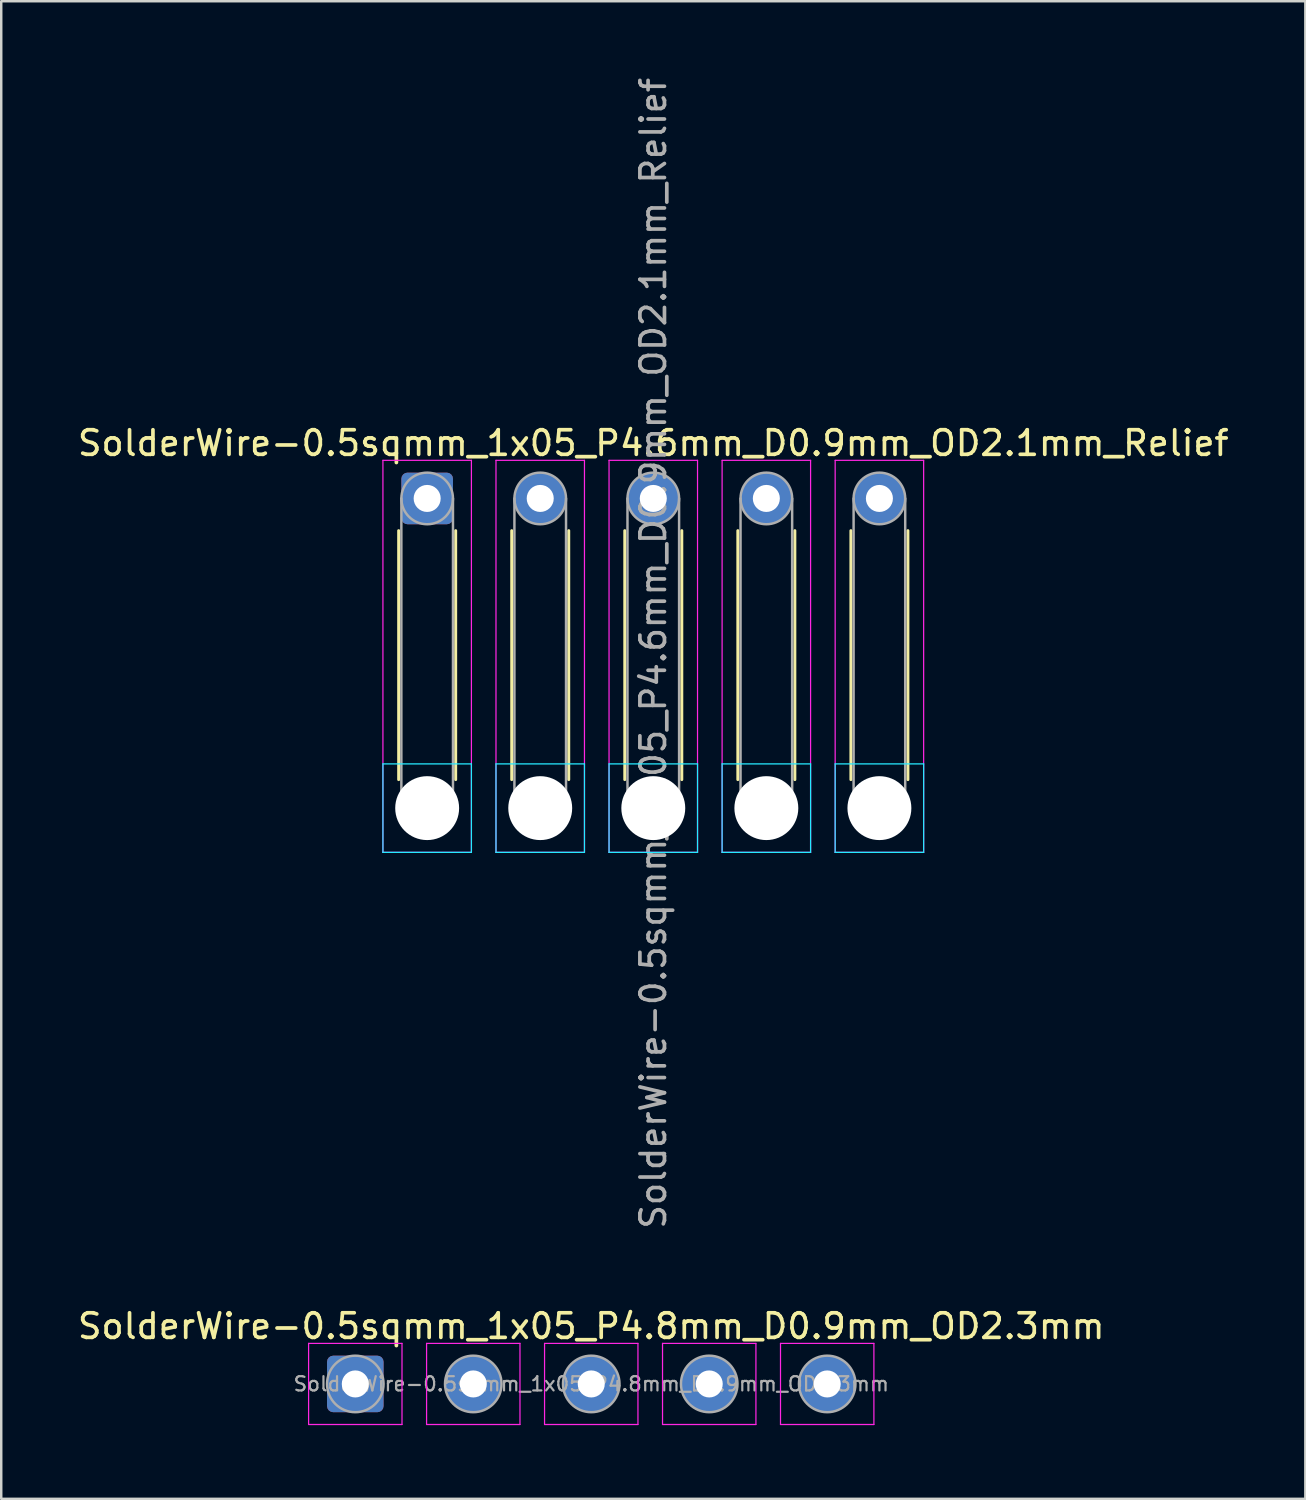
<source format=kicad_pcb>
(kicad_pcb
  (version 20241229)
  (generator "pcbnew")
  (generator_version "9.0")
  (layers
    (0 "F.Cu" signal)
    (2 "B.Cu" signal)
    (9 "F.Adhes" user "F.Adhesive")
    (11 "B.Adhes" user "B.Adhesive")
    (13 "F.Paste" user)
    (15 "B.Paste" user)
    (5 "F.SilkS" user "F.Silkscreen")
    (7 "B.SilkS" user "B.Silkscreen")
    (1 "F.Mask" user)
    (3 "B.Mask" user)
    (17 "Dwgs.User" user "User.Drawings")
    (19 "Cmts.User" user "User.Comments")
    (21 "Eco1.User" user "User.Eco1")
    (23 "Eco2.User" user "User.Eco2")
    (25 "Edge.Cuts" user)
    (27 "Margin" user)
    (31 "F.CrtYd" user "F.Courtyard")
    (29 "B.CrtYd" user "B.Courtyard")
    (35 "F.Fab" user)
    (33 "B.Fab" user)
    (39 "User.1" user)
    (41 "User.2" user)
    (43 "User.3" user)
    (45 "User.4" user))
  (footprint "SolderWire-0.5sqmm_1x05_P4.8mm_D0.9mm_OD2.3mm"
    (layer "F.Cu")
    (at 11.406 53.258)
    (property "Reference" "SolderWire-0.5sqmm_1x05_P4.8mm_D0.9mm_OD2.3mm" (at 9.6 -2.35 0) (layer "F.SilkS") (effects (font (size 1 1) (thickness 0.15))))
    (attr exclude_from_pos_files exclude_from_bom)
    (fp_line (start -1.9 -1.65) (end -1.9 1.65) (stroke (width 0.05) (type solid)) (layer "F.CrtYd"))
    (fp_line (start -1.9 1.65) (end 1.9 1.65) (stroke (width 0.05) (type solid)) (layer "F.CrtYd"))
    (fp_line (start 1.9 -1.65) (end -1.9 -1.65) (stroke (width 0.05) (type solid)) (layer "F.CrtYd"))
    (fp_line (start 1.9 1.65) (end 1.9 -1.65) (stroke (width 0.05) (type solid)) (layer "F.CrtYd"))
    (fp_line (start 2.9 -1.65) (end 2.9 1.65) (stroke (width 0.05) (type solid)) (layer "F.CrtYd"))
    (fp_line (start 2.9 1.65) (end 6.7 1.65) (stroke (width 0.05) (type solid)) (layer "F.CrtYd"))
    (fp_line (start 6.7 -1.65) (end 2.9 -1.65) (stroke (width 0.05) (type solid)) (layer "F.CrtYd"))
    (fp_line (start 6.7 1.65) (end 6.7 -1.65) (stroke (width 0.05) (type solid)) (layer "F.CrtYd"))
    (fp_line (start 7.7 -1.65) (end 7.7 1.65) (stroke (width 0.05) (type solid)) (layer "F.CrtYd"))
    (fp_line (start 7.7 1.65) (end 11.5 1.65) (stroke (width 0.05) (type solid)) (layer "F.CrtYd"))
    (fp_line (start 11.5 -1.65) (end 7.7 -1.65) (stroke (width 0.05) (type solid)) (layer "F.CrtYd"))
    (fp_line (start 11.5 1.65) (end 11.5 -1.65) (stroke (width 0.05) (type solid)) (layer "F.CrtYd"))
    (fp_line (start 12.5 -1.65) (end 12.5 1.65) (stroke (width 0.05) (type solid)) (layer "F.CrtYd"))
    (fp_line (start 12.5 1.65) (end 16.3 1.65) (stroke (width 0.05) (type solid)) (layer "F.CrtYd"))
    (fp_line (start 16.3 -1.65) (end 12.5 -1.65) (stroke (width 0.05) (type solid)) (layer "F.CrtYd"))
    (fp_line (start 16.3 1.65) (end 16.3 -1.65) (stroke (width 0.05) (type solid)) (layer "F.CrtYd"))
    (fp_line (start 17.3 -1.65) (end 17.3 1.65) (stroke (width 0.05) (type solid)) (layer "F.CrtYd"))
    (fp_line (start 17.3 1.65) (end 21.1 1.65) (stroke (width 0.05) (type solid)) (layer "F.CrtYd"))
    (fp_line (start 21.1 -1.65) (end 17.3 -1.65) (stroke (width 0.05) (type solid)) (layer "F.CrtYd"))
    (fp_line (start 21.1 1.65) (end 21.1 -1.65) (stroke (width 0.05) (type solid)) (layer "F.CrtYd"))
    (fp_circle (center 0 0) (end 1.15 0) (stroke (width 0.1) (type solid)) (fill no) (layer "F.Fab"))
    (fp_circle (center 4.8 0) (end 5.95 0) (stroke (width 0.1) (type solid)) (fill no) (layer "F.Fab"))
    (fp_circle (center 9.6 0) (end 10.75 0) (stroke (width 0.1) (type solid)) (fill no) (layer "F.Fab"))
    (fp_circle (center 14.4 0) (end 15.55 0) (stroke (width 0.1) (type solid)) (fill no) (layer "F.Fab"))
    (fp_circle (center 19.2 0) (end 20.35 0) (stroke (width 0.1) (type solid)) (fill no) (layer "F.Fab"))
    (fp_text user "${REFERENCE}" (at 9.6 0 0) (layer "F.Fab") (effects (font (size 0.58 0.58) (thickness 0.09))))
    (pad "1" thru_hole roundrect (at 0 0) (size 2.3 2.3) (drill 1.1) (layers "*.Cu" "*.Mask") (roundrect_rratio 0.109))
    (pad "2" thru_hole circle (at 4.8 0) (size 2.3 2.3) (drill 1.1) (layers "*.Cu" "*.Mask"))
    (pad "3" thru_hole circle (at 9.6 0) (size 2.3 2.3) (drill 1.1) (layers "*.Cu" "*.Mask"))
    (pad "4" thru_hole circle (at 14.4 0) (size 2.3 2.3) (drill 1.1) (layers "*.Cu" "*.Mask"))
    (pad "5" thru_hole circle (at 19.2 0) (size 2.3 2.3) (drill 1.1) (layers "*.Cu" "*.Mask")))
  (footprint "SolderWire-0.5sqmm_1x05_P4.6mm_D0.9mm_OD2.1mm_Relief"
    (layer "F.Cu")
    (at 14.33 17.23)
    (property "Reference" "SolderWire-0.5sqmm_1x05_P4.6mm_D0.9mm_OD2.1mm_Relief" (at 9.2 -2.25 0) (layer "F.SilkS") (effects (font (size 1 1) (thickness 0.15))))
    (attr exclude_from_pos_files exclude_from_bom)
    (fp_line (start -1.16 1.31) (end -1.16 11.44) (stroke (width 0.12) (type solid)) (layer "F.SilkS"))
    (fp_line (start 1.16 1.31) (end 1.16 11.44) (stroke (width 0.12) (type solid)) (layer "F.SilkS"))
    (fp_line (start 3.44 1.31) (end 3.44 11.44) (stroke (width 0.12) (type solid)) (layer "F.SilkS"))
    (fp_line (start 5.76 1.31) (end 5.76 11.44) (stroke (width 0.12) (type solid)) (layer "F.SilkS"))
    (fp_line (start 8.04 1.31) (end 8.04 11.44) (stroke (width 0.12) (type solid)) (layer "F.SilkS"))
    (fp_line (start 10.36 1.31) (end 10.36 11.44) (stroke (width 0.12) (type solid)) (layer "F.SilkS"))
    (fp_line (start 12.64 1.31) (end 12.64 11.44) (stroke (width 0.12) (type solid)) (layer "F.SilkS"))
    (fp_line (start 14.96 1.31) (end 14.96 11.44) (stroke (width 0.12) (type solid)) (layer "F.SilkS"))
    (fp_line (start 17.24 1.31) (end 17.24 11.44) (stroke (width 0.12) (type solid)) (layer "F.SilkS"))
    (fp_line (start 19.56 1.31) (end 19.56 11.44) (stroke (width 0.12) (type solid)) (layer "F.SilkS"))
    (fp_line (start -1.8 10.8) (end -1.8 14.4) (stroke (width 0.05) (type solid)) (layer "B.CrtYd"))
    (fp_line (start -1.8 14.4) (end 1.8 14.4) (stroke (width 0.05) (type solid)) (layer "B.CrtYd"))
    (fp_line (start 1.8 10.8) (end -1.8 10.8) (stroke (width 0.05) (type solid)) (layer "B.CrtYd"))
    (fp_line (start 1.8 14.4) (end 1.8 10.8) (stroke (width 0.05) (type solid)) (layer "B.CrtYd"))
    (fp_line (start 2.8 10.8) (end 2.8 14.4) (stroke (width 0.05) (type solid)) (layer "B.CrtYd"))
    (fp_line (start 2.8 14.4) (end 6.4 14.4) (stroke (width 0.05) (type solid)) (layer "B.CrtYd"))
    (fp_line (start 6.4 10.8) (end 2.8 10.8) (stroke (width 0.05) (type solid)) (layer "B.CrtYd"))
    (fp_line (start 6.4 14.4) (end 6.4 10.8) (stroke (width 0.05) (type solid)) (layer "B.CrtYd"))
    (fp_line (start 7.4 10.8) (end 7.4 14.4) (stroke (width 0.05) (type solid)) (layer "B.CrtYd"))
    (fp_line (start 7.4 14.4) (end 11 14.4) (stroke (width 0.05) (type solid)) (layer "B.CrtYd"))
    (fp_line (start 11 10.8) (end 7.4 10.8) (stroke (width 0.05) (type solid)) (layer "B.CrtYd"))
    (fp_line (start 11 14.4) (end 11 10.8) (stroke (width 0.05) (type solid)) (layer "B.CrtYd"))
    (fp_line (start 12 10.8) (end 12 14.4) (stroke (width 0.05) (type solid)) (layer "B.CrtYd"))
    (fp_line (start 12 14.4) (end 15.6 14.4) (stroke (width 0.05) (type solid)) (layer "B.CrtYd"))
    (fp_line (start 15.6 10.8) (end 12 10.8) (stroke (width 0.05) (type solid)) (layer "B.CrtYd"))
    (fp_line (start 15.6 14.4) (end 15.6 10.8) (stroke (width 0.05) (type solid)) (layer "B.CrtYd"))
    (fp_line (start 16.6 10.8) (end 16.6 14.4) (stroke (width 0.05) (type solid)) (layer "B.CrtYd"))
    (fp_line (start 16.6 14.4) (end 20.2 14.4) (stroke (width 0.05) (type solid)) (layer "B.CrtYd"))
    (fp_line (start 20.2 10.8) (end 16.6 10.8) (stroke (width 0.05) (type solid)) (layer "B.CrtYd"))
    (fp_line (start 20.2 14.4) (end 20.2 10.8) (stroke (width 0.05) (type solid)) (layer "B.CrtYd"))
    (fp_line (start -1.8 -1.55) (end -1.8 14.4) (stroke (width 0.05) (type solid)) (layer "F.CrtYd"))
    (fp_line (start -1.8 14.4) (end 1.8 14.4) (stroke (width 0.05) (type solid)) (layer "F.CrtYd"))
    (fp_line (start 1.8 -1.55) (end -1.8 -1.55) (stroke (width 0.05) (type solid)) (layer "F.CrtYd"))
    (fp_line (start 1.8 14.4) (end 1.8 -1.55) (stroke (width 0.05) (type solid)) (layer "F.CrtYd"))
    (fp_line (start 2.8 -1.55) (end 2.8 14.4) (stroke (width 0.05) (type solid)) (layer "F.CrtYd"))
    (fp_line (start 2.8 14.4) (end 6.4 14.4) (stroke (width 0.05) (type solid)) (layer "F.CrtYd"))
    (fp_line (start 6.4 -1.55) (end 2.8 -1.55) (stroke (width 0.05) (type solid)) (layer "F.CrtYd"))
    (fp_line (start 6.4 14.4) (end 6.4 -1.55) (stroke (width 0.05) (type solid)) (layer "F.CrtYd"))
    (fp_line (start 7.4 -1.55) (end 7.4 14.4) (stroke (width 0.05) (type solid)) (layer "F.CrtYd"))
    (fp_line (start 7.4 14.4) (end 11 14.4) (stroke (width 0.05) (type solid)) (layer "F.CrtYd"))
    (fp_line (start 11 -1.55) (end 7.4 -1.55) (stroke (width 0.05) (type solid)) (layer "F.CrtYd"))
    (fp_line (start 11 14.4) (end 11 -1.55) (stroke (width 0.05) (type solid)) (layer "F.CrtYd"))
    (fp_line (start 12 -1.55) (end 12 14.4) (stroke (width 0.05) (type solid)) (layer "F.CrtYd"))
    (fp_line (start 12 14.4) (end 15.6 14.4) (stroke (width 0.05) (type solid)) (layer "F.CrtYd"))
    (fp_line (start 15.6 -1.55) (end 12 -1.55) (stroke (width 0.05) (type solid)) (layer "F.CrtYd"))
    (fp_line (start 15.6 14.4) (end 15.6 -1.55) (stroke (width 0.05) (type solid)) (layer "F.CrtYd"))
    (fp_line (start 16.6 -1.55) (end 16.6 14.4) (stroke (width 0.05) (type solid)) (layer "F.CrtYd"))
    (fp_line (start 16.6 14.4) (end 20.2 14.4) (stroke (width 0.05) (type solid)) (layer "F.CrtYd"))
    (fp_line (start 20.2 -1.55) (end 16.6 -1.55) (stroke (width 0.05) (type solid)) (layer "F.CrtYd"))
    (fp_line (start 20.2 14.4) (end 20.2 -1.55) (stroke (width 0.05) (type solid)) (layer "F.CrtYd"))
    (fp_line (start -1.05 0) (end -1.05 12.6) (stroke (width 0.1) (type solid)) (layer "F.Fab"))
    (fp_line (start 1.05 0) (end 1.05 12.6) (stroke (width 0.1) (type solid)) (layer "F.Fab"))
    (fp_line (start 3.55 0) (end 3.55 12.6) (stroke (width 0.1) (type solid)) (layer "F.Fab"))
    (fp_line (start 5.65 0) (end 5.65 12.6) (stroke (width 0.1) (type solid)) (layer "F.Fab"))
    (fp_line (start 8.15 0) (end 8.15 12.6) (stroke (width 0.1) (type solid)) (layer "F.Fab"))
    (fp_line (start 10.25 0) (end 10.25 12.6) (stroke (width 0.1) (type solid)) (layer "F.Fab"))
    (fp_line (start 12.75 0) (end 12.75 12.6) (stroke (width 0.1) (type solid)) (layer "F.Fab"))
    (fp_line (start 14.85 0) (end 14.85 12.6) (stroke (width 0.1) (type solid)) (layer "F.Fab"))
    (fp_line (start 17.35 0) (end 17.35 12.6) (stroke (width 0.1) (type solid)) (layer "F.Fab"))
    (fp_line (start 19.45 0) (end 19.45 12.6) (stroke (width 0.1) (type solid)) (layer "F.Fab"))
    (fp_circle (center 0 0) (end 1.05 0) (stroke (width 0.1) (type solid)) (fill no) (layer "F.Fab"))
    (fp_circle (center 0 12.6) (end 1.05 12.6) (stroke (width 0.1) (type solid)) (fill no) (layer "F.Fab"))
    (fp_circle (center 4.6 0) (end 5.65 0) (stroke (width 0.1) (type solid)) (fill no) (layer "F.Fab"))
    (fp_circle (center 4.6 12.6) (end 5.65 12.6) (stroke (width 0.1) (type solid)) (fill no) (layer "F.Fab"))
    (fp_circle (center 9.2 0) (end 10.25 0) (stroke (width 0.1) (type solid)) (fill no) (layer "F.Fab"))
    (fp_circle (center 9.2 12.6) (end 10.25 12.6) (stroke (width 0.1) (type solid)) (fill no) (layer "F.Fab"))
    (fp_circle (center 13.8 0) (end 14.85 0) (stroke (width 0.1) (type solid)) (fill no) (layer "F.Fab"))
    (fp_circle (center 13.8 12.6) (end 14.85 12.6) (stroke (width 0.1) (type solid)) (fill no) (layer "F.Fab"))
    (fp_circle (center 18.4 0) (end 19.45 0) (stroke (width 0.1) (type solid)) (fill no) (layer "F.Fab"))
    (fp_circle (center 18.4 12.6) (end 19.45 12.6) (stroke (width 0.1) (type solid)) (fill no) (layer "F.Fab"))
    (fp_text user "${REFERENCE}" (at 9.2 6.3 90) (layer "F.Fab") (effects (font (size 1 1) (thickness 0.15))))
    (pad "" np_thru_hole circle (at 0 12.6) (size 2.6 2.6) (drill 2.6) (layers "*.Cu" "*.Mask"))
    (pad "" np_thru_hole circle (at 4.6 12.6) (size 2.6 2.6) (drill 2.6) (layers "*.Cu" "*.Mask"))
    (pad "" np_thru_hole circle (at 9.2 12.6) (size 2.6 2.6) (drill 2.6) (layers "*.Cu" "*.Mask"))
    (pad "" np_thru_hole circle (at 13.8 12.6) (size 2.6 2.6) (drill 2.6) (layers "*.Cu" "*.Mask"))
    (pad "" np_thru_hole circle (at 18.4 12.6) (size 2.6 2.6) (drill 2.6) (layers "*.Cu" "*.Mask"))
    (pad "1" thru_hole roundrect (at 0 0) (size 2.1 2.1) (drill 1.1) (layers "*.Cu" "*.Mask") (roundrect_rratio 0.119))
    (pad "2" thru_hole circle (at 4.6 0) (size 2.1 2.1) (drill 1.1) (layers "*.Cu" "*.Mask"))
    (pad "3" thru_hole circle (at 9.2 0) (size 2.1 2.1) (drill 1.1) (layers "*.Cu" "*.Mask"))
    (pad "4" thru_hole circle (at 13.8 0) (size 2.1 2.1) (drill 1.1) (layers "*.Cu" "*.Mask"))
    (pad "5" thru_hole circle (at 18.4 0) (size 2.1 2.1) (drill 1.1) (layers "*.Cu" "*.Mask")))
  (gr_rect
    (start -3 -3)
    (end 50.06 57.933)
    (stroke (width 0.1) (type default))
    (fill no)
    (layer "Edge.Cuts")))
</source>
